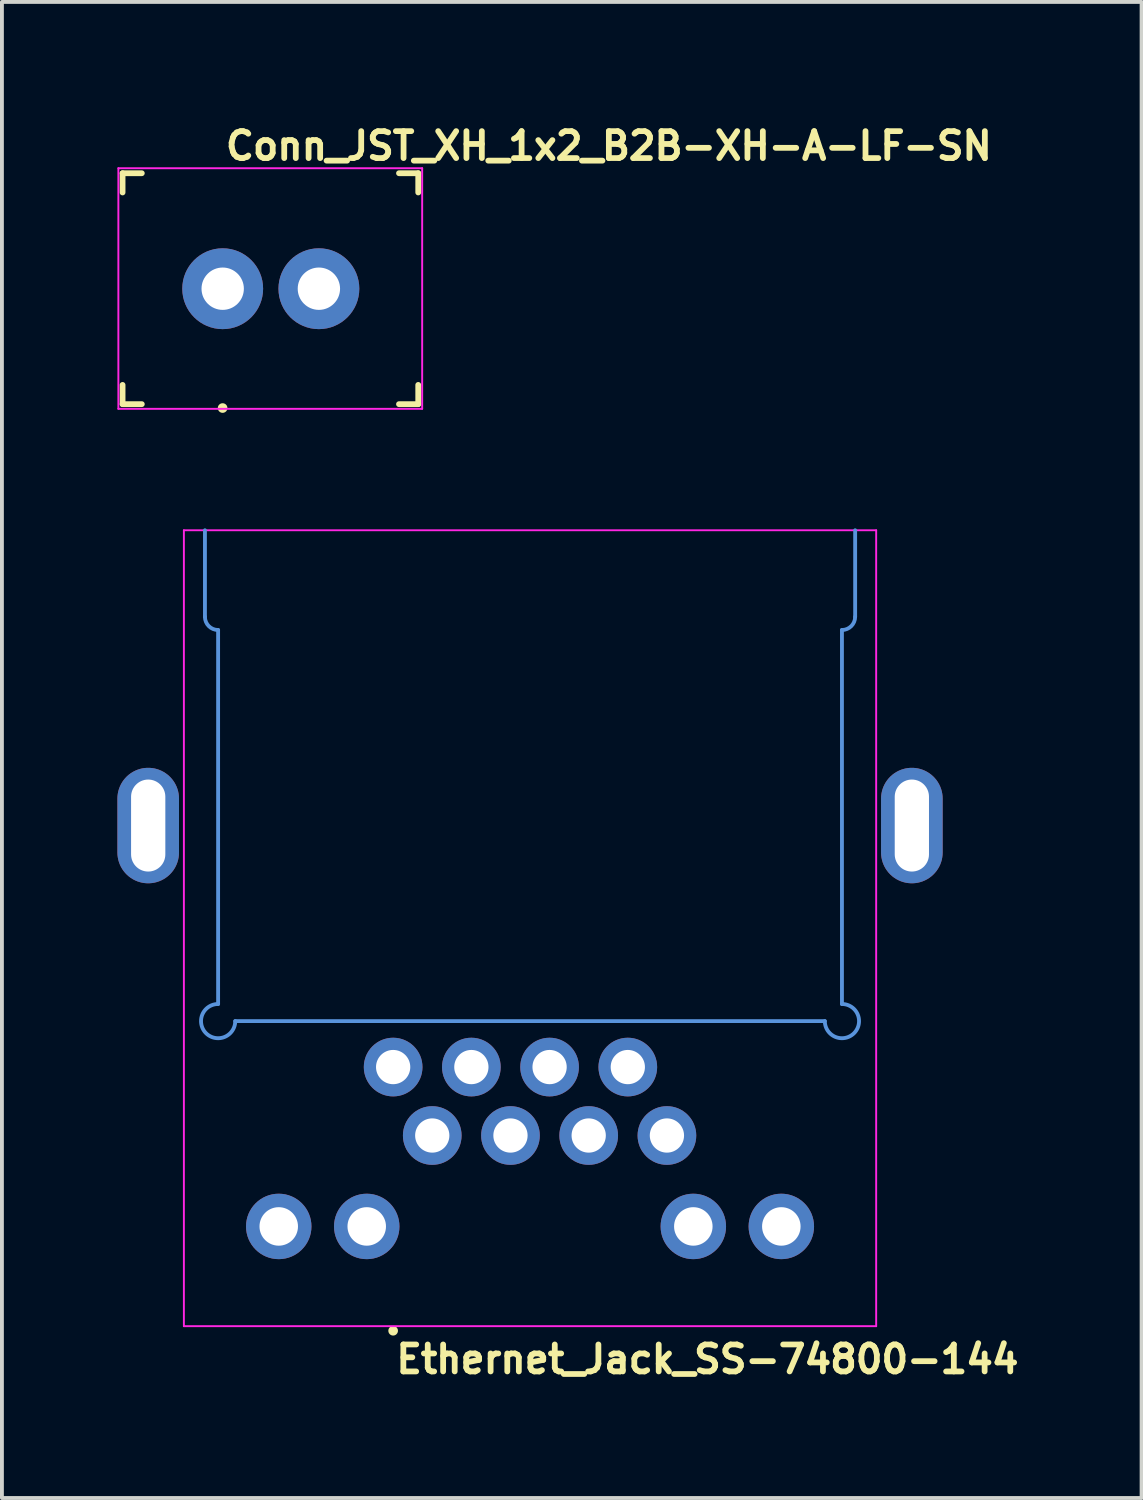
<source format=kicad_pcb>
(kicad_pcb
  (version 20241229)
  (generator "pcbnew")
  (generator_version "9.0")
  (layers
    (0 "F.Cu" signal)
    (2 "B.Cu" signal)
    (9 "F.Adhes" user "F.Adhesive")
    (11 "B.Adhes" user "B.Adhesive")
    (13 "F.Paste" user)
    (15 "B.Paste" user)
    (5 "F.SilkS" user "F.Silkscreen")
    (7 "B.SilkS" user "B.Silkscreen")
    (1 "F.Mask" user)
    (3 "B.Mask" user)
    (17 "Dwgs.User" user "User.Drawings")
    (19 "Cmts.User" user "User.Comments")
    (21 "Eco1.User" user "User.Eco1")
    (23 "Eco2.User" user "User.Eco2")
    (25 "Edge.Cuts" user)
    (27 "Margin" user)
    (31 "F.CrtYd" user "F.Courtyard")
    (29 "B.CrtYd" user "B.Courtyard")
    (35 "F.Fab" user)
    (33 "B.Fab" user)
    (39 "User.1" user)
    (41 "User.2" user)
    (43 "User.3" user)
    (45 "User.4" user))
  (footprint "Conn_JST_XH_1x2_B2B-XH-A-LF-SN"
    (layer "F.Cu")
    (at 2.735 4.45)
    (property "Reference" "Conn_JST_XH_1x2_B2B-XH-A-LF-SN" (at 0 -3.3 0) (layer "F.SilkS") (effects (font (size 0.7 0.7) (thickness 0.15)) (justify left bottom)))
    (attr through_hole)
    (fp_line (start -2.601 -3) (end -2.601 -2.5) (stroke (width 0.15) (type solid)) (layer "F.SilkS"))
    (fp_line (start -2.601 -3) (end -2.101 -3) (stroke (width 0.15) (type solid)) (layer "F.SilkS"))
    (fp_line (start -2.601 2.999) (end -2.601 2.499) (stroke (width 0.15) (type solid)) (layer "F.SilkS"))
    (fp_line (start -2.601 2.999) (end -2.101 2.999) (stroke (width 0.15) (type solid)) (layer "F.SilkS"))
    (fp_line (start 5.08 -3) (end 4.58 -3) (stroke (width 0.15) (type solid)) (layer "F.SilkS"))
    (fp_line (start 5.08 -3) (end 5.08 -2.5) (stroke (width 0.15) (type solid)) (layer "F.SilkS"))
    (fp_line (start 5.08 2.999) (end 4.58 2.999) (stroke (width 0.15) (type solid)) (layer "F.SilkS"))
    (fp_line (start 5.08 2.999) (end 5.08 2.499) (stroke (width 0.15) (type solid)) (layer "F.SilkS"))
    (fp_circle (center -0.002 3.1) (end 0.048 3.1) (stroke (width 0.15) (type solid)) (fill yes) (layer "F.SilkS"))
    (fp_line (start -2.71 -3.13) (end -2.71 3.12) (stroke (width 0.05) (type solid)) (layer "F.CrtYd"))
    (fp_line (start 5.182 -3.13) (end -2.71 -3.13) (stroke (width 0.05) (type solid)) (layer "F.CrtYd"))
    (fp_line (start 5.182 3.12) (end -2.71 3.12) (stroke (width 0.05) (type solid)) (layer "F.CrtYd"))
    (fp_line (start 5.182 3.12) (end 5.182 -3.13) (stroke (width 0.05) (type solid)) (layer "F.CrtYd"))
    (fp_rect (start -2.452 -2.875) (end 4.95 2.874) (stroke (width 0.1) (type solid)) (fill no) (layer "User.5"))
    (fp_line (start -2.452 -2.875) (end 4.95 -2.875) (stroke (width 0.02) (type solid)) (layer "User.9"))
    (fp_line (start -2.452 2.874) (end -2.452 -2.875) (stroke (width 0.02) (type solid)) (layer "User.9"))
    (fp_line (start -2.452 2.874) (end -1.25 2.874) (stroke (width 0.02) (type solid)) (layer "User.9"))
    (fp_line (start -1.589 -2.013) (end 4.086 -2.013) (stroke (width 0.02) (type solid)) (layer "User.9"))
    (fp_line (start -1.589 2.011) (end -1.589 -2.013) (stroke (width 0.02) (type solid)) (layer "User.9"))
    (fp_line (start -1.589 2.011) (end 4.086 2.011) (stroke (width 0.02) (type solid)) (layer "User.9"))
    (fp_line (start -1.25 2.75) (end 1.249 2.75) (stroke (width 0.02) (type solid)) (layer "User.9"))
    (fp_line (start -1.25 2.874) (end -1.25 2.75) (stroke (width 0.02) (type solid)) (layer "User.9"))
    (fp_line (start -1.25 2.874) (end 0 2.874) (stroke (width 0.02) (type solid)) (layer "User.9"))
    (fp_line (start -0.32 -0.32) (end -0.064 -0.064) (stroke (width 0.02) (type solid)) (layer "User.9"))
    (fp_line (start -0.32 -0.32) (end 0.32 -0.32) (stroke (width 0.02) (type solid)) (layer "User.9"))
    (fp_line (start -0.32 0.32) (end -0.32 -0.32) (stroke (width 0.02) (type solid)) (layer "User.9"))
    (fp_line (start -0.32 0.32) (end -0.064 0.064) (stroke (width 0.02) (type solid)) (layer "User.9"))
    (fp_line (start -0.32 0.32) (end 0.32 0.32) (stroke (width 0.02) (type solid)) (layer "User.9"))
    (fp_line (start -0.064 -0.064) (end 0.064 -0.064) (stroke (width 0.02) (type solid)) (layer "User.9"))
    (fp_line (start -0.064 0.064) (end -0.064 -0.064) (stroke (width 0.02) (type solid)) (layer "User.9"))
    (fp_line (start -0.064 0.064) (end 0.064 0.064) (stroke (width 0.02) (type solid)) (layer "User.9"))
    (fp_line (start 0 2.874) (end 0 2.75) (stroke (width 0.02) (type solid)) (layer "User.9"))
    (fp_line (start 0.064 0.064) (end 0.064 -0.064) (stroke (width 0.02) (type solid)) (layer "User.9"))
    (fp_line (start 0.32 -0.32) (end 0.064 -0.064) (stroke (width 0.02) (type solid)) (layer "User.9"))
    (fp_line (start 0.32 0.32) (end 0.064 0.064) (stroke (width 0.02) (type solid)) (layer "User.9"))
    (fp_line (start 0.32 0.32) (end 0.32 -0.32) (stroke (width 0.02) (type solid)) (layer "User.9"))
    (fp_line (start 1.249 2.874) (end 0 2.874) (stroke (width 0.02) (type solid)) (layer "User.9"))
    (fp_line (start 1.249 2.874) (end 1.249 2.75) (stroke (width 0.02) (type solid)) (layer "User.9"))
    (fp_line (start 1.249 2.874) (end 4.95 2.874) (stroke (width 0.02) (type solid)) (layer "User.9"))
    (fp_line (start 2.18 -0.32) (end 2.435 -0.064) (stroke (width 0.02) (type solid)) (layer "User.9"))
    (fp_line (start 2.18 -0.32) (end 2.818 -0.32) (stroke (width 0.02) (type solid)) (layer "User.9"))
    (fp_line (start 2.18 0.32) (end 2.18 -0.32) (stroke (width 0.02) (type solid)) (layer "User.9"))
    (fp_line (start 2.18 0.32) (end 2.435 0.064) (stroke (width 0.02) (type solid)) (layer "User.9"))
    (fp_line (start 2.18 0.32) (end 2.818 0.32) (stroke (width 0.02) (type solid)) (layer "User.9"))
    (fp_line (start 2.435 -0.064) (end 2.564 -0.064) (stroke (width 0.02) (type solid)) (layer "User.9"))
    (fp_line (start 2.435 0.064) (end 2.435 -0.064) (stroke (width 0.02) (type solid)) (layer "User.9"))
    (fp_line (start 2.435 0.064) (end 2.564 0.064) (stroke (width 0.02) (type solid)) (layer "User.9"))
    (fp_line (start 2.564 0.064) (end 2.564 -0.064) (stroke (width 0.02) (type solid)) (layer "User.9"))
    (fp_line (start 2.818 -0.32) (end 2.564 -0.064) (stroke (width 0.02) (type solid)) (layer "User.9"))
    (fp_line (start 2.818 0.32) (end 2.564 0.064) (stroke (width 0.02) (type solid)) (layer "User.9"))
    (fp_line (start 2.818 0.32) (end 2.818 -0.32) (stroke (width 0.02) (type solid)) (layer "User.9"))
    (fp_line (start 4.086 2.011) (end 4.086 -2.013) (stroke (width 0.02) (type solid)) (layer "User.9"))
    (fp_line (start 4.95 2.874) (end 4.95 -2.875) (stroke (width 0.02) (type solid)) (layer "User.9"))
    (pad "1" thru_hole circle (at 0 0) (size 2.1 2.1) (drill 1.1) (layers "*.Cu" "*.Mask"))
    (pad "2" thru_hole circle (at 2.499 0) (size 2.1 2.1) (drill 1.1) (layers "*.Cu" "*.Mask")))
  (footprint "Ethernet_Jack_SS-74800-144"
    (layer "F.Cu")
    (at 7.163 24.67)
    (property "Reference" "Ethernet_Jack_SS-74800-144" (at 0 8 180) (layer "F.SilkS") (effects (font (size 0.7 0.7) (thickness 0.15)) (justify left bottom)))
    (attr through_hole)
    (fp_circle (center 0 6.85) (end -0.05 6.85) (stroke (width 0.15) (type solid)) (fill yes) (layer "F.SilkS"))
    (fp_line (start -4.889 -13.945) (end -4.889 -11.697) (stroke (width 0.1) (type solid)) (layer "Cmts.User"))
    (fp_line (start -4.547 -1.638) (end -4.547 -11.354) (stroke (width 0.1) (type solid)) (layer "Cmts.User"))
    (fp_line (start 11.214 -1.194) (end -4.102 -1.194) (stroke (width 0.1) (type solid)) (layer "Cmts.User"))
    (fp_line (start 11.659 -1.638) (end 11.659 -11.354) (stroke (width 0.1) (type solid)) (layer "Cmts.User"))
    (fp_line (start 12.002 -13.945) (end 12.002 -11.697) (stroke (width 0.1) (type solid)) (layer "Cmts.User"))
    (fp_arc (start -4.5466 -11.3538) (mid -4.789067 -11.454233) (end -4.8895 -11.6967) (stroke (width 0.1) (type solid)) (layer "Cmts.User"))
    (fp_arc (start -4.1021 -1.1938) (mid -4.860909 -0.879491) (end -4.5466 -1.6383) (stroke (width 0.1) (type solid)) (layer "Cmts.User"))
    (fp_arc (start 11.6586 -1.6383) (mid 11.972909 -0.879491) (end 11.2141 -1.1938) (stroke (width 0.1) (type solid)) (layer "Cmts.User"))
    (fp_arc (start 12.0015 -11.6967) (mid 11.901067 -11.454233) (end 11.6586 -11.3538) (stroke (width 0.1) (type solid)) (layer "Cmts.User"))
    (fp_line (start -5.436 -13.945) (end -5.436 6.731) (stroke (width 0.05) (type solid)) (layer "F.CrtYd"))
    (fp_line (start -5.436 -13.945) (end 12.548 -13.945) (stroke (width 0.05) (type solid)) (layer "F.CrtYd"))
    (fp_line (start 12.548 -13.945) (end 12.548 6.731) (stroke (width 0.05) (type solid)) (layer "F.CrtYd"))
    (fp_line (start 12.548 6.731) (end -5.436 6.731) (stroke (width 0.05) (type solid)) (layer "F.CrtYd"))
    (pad "1" thru_hole circle (at 0 0 180) (size 1.524 1.524) (drill 0.89) (layers "*.Cu" "*.Mask"))
    (pad "2" thru_hole circle (at 1.016 1.778 180) (size 1.524 1.524) (drill 0.89) (layers "*.Cu" "*.Mask"))
    (pad "3" thru_hole circle (at 2.032 0 180) (size 1.524 1.524) (drill 0.89) (layers "*.Cu" "*.Mask"))
    (pad "4" thru_hole circle (at 3.048 1.778 180) (size 1.524 1.524) (drill 0.89) (layers "*.Cu" "*.Mask"))
    (pad "5" thru_hole circle (at 4.064 0 180) (size 1.524 1.524) (drill 0.89) (layers "*.Cu" "*.Mask"))
    (pad "6" thru_hole circle (at 5.08 1.778 180) (size 1.524 1.524) (drill 0.89) (layers "*.Cu" "*.Mask"))
    (pad "7" thru_hole circle (at 6.096 0 180) (size 1.524 1.524) (drill 0.89) (layers "*.Cu" "*.Mask"))
    (pad "8" thru_hole circle (at 7.112 1.778 180) (size 1.524 1.524) (drill 0.89) (layers "*.Cu" "*.Mask"))
    (pad "9" thru_hole circle (at -2.972 4.14 180) (size 1.7 1.7) (drill 1) (layers "*.Cu" "*.Mask"))
    (pad "10" thru_hole circle (at -0.686 4.14 180) (size 1.7 1.7) (drill 1) (layers "*.Cu" "*.Mask"))
    (pad "11" thru_hole circle (at 7.798 4.14 180) (size 1.7 1.7) (drill 1) (layers "*.Cu" "*.Mask"))
    (pad "12" thru_hole circle (at 10.084 4.14 180) (size 1.7 1.7) (drill 1) (layers "*.Cu" "*.Mask"))
    (pad "SH" thru_hole oval (at -6.363 -6.274 180) (size 1.6 3) (drill oval 0.89 2.39) (layers "*.Cu" "*.Mask"))
    (pad "SH" thru_hole oval (at 13.475 -6.274 180) (size 1.6 3) (drill oval 0.89 2.39) (layers "*.Cu" "*.Mask")))
  (gr_rect
    (start -3 -3)
    (end 26.606 35.865)
    (stroke (width 0.1) (type default))
    (fill no)
    (layer "Edge.Cuts")))
</source>
